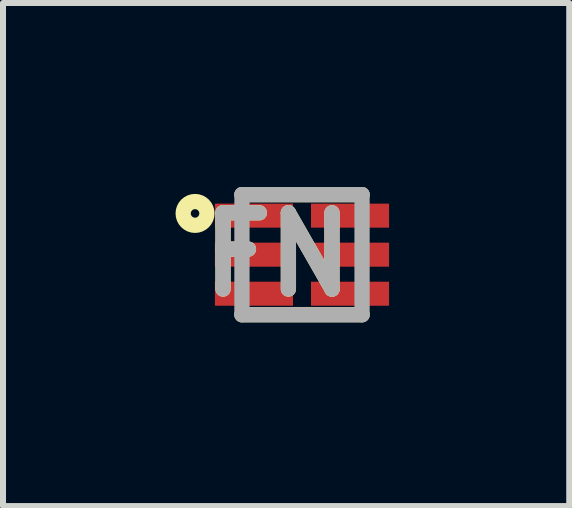
<source format=kicad_pcb>
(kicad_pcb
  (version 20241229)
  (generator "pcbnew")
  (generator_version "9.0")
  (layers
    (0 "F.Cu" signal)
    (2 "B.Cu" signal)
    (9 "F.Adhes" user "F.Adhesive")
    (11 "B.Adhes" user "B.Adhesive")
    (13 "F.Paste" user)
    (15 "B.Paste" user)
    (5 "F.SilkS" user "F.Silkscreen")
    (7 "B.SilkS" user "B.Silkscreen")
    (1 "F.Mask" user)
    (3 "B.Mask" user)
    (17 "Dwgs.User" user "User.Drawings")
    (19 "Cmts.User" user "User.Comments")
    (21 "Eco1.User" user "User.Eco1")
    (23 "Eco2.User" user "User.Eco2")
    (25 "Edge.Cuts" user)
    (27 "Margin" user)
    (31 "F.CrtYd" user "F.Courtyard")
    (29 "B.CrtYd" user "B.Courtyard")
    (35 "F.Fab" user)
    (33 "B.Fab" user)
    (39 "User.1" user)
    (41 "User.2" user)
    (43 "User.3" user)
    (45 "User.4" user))
  (footprint "FN"
    (layer "F.Cu")
    (at 1.979 1.191)
    (property "Reference" "FN" (at -0.408 -0.002 0) (layer "F.SilkS") (effects (font (size 1.27 1.27) (thickness 0.254))))
    (attr smd)
    (fp_line (start -1 -1) (end 1 -1) (stroke (width 0.254) (type solid)) (layer "F.SilkS"))
    (fp_line (start 1 1) (end -1 1) (stroke (width 0.254) (type solid)) (layer "F.SilkS"))
    (fp_circle (center -1.781 -0.687) (end -1.781 -0.616) (stroke (width 0.254) (type solid)) (fill no) (layer "F.SilkS"))
    (fp_line (start -1 -1) (end 1 -1) (stroke (width 0.254) (type solid)) (layer "F.Fab"))
    (fp_line (start -1 1) (end -1 -1) (stroke (width 0.254) (type solid)) (layer "F.Fab"))
    (fp_line (start 1 -1) (end 1 1) (stroke (width 0.254) (type solid)) (layer "F.Fab"))
    (fp_line (start 1 1) (end -1 1) (stroke (width 0.254) (type solid)) (layer "F.Fab"))
    (fp_text user "${REFERENCE}" (at -0.408 -0.002 0) (layer "F.Fab") (effects (font (size 1.27 1.27) (thickness 0.254))))
    (pad "1" smd rect (at -0.8 -0.65 90) (size 0.4 1.3) (layers "F.Cu" "F.Mask" "F.Paste"))
    (pad "2" smd rect (at -0.8 0 90) (size 0.4 1.3) (layers "F.Cu" "F.Mask" "F.Paste"))
    (pad "3" smd rect (at -0.8 0.65 90) (size 0.4 1.3) (layers "F.Cu" "F.Mask" "F.Paste"))
    (pad "4" smd rect (at 0.8 0.65 90) (size 0.4 1.3) (layers "F.Cu" "F.Mask" "F.Paste"))
    (pad "5" smd rect (at 0.8 0 90) (size 0.4 1.3) (layers "F.Cu" "F.Mask" "F.Paste"))
    (pad "6" smd rect (at 0.8 -0.65 90) (size 0.4 1.3) (layers "F.Cu" "F.Mask" "F.Paste")))
  (gr_rect
    (start -3 -3)
    (end 6.429 5.377)
    (stroke (width 0.1) (type default))
    (fill no)
    (layer "Edge.Cuts")))
</source>
